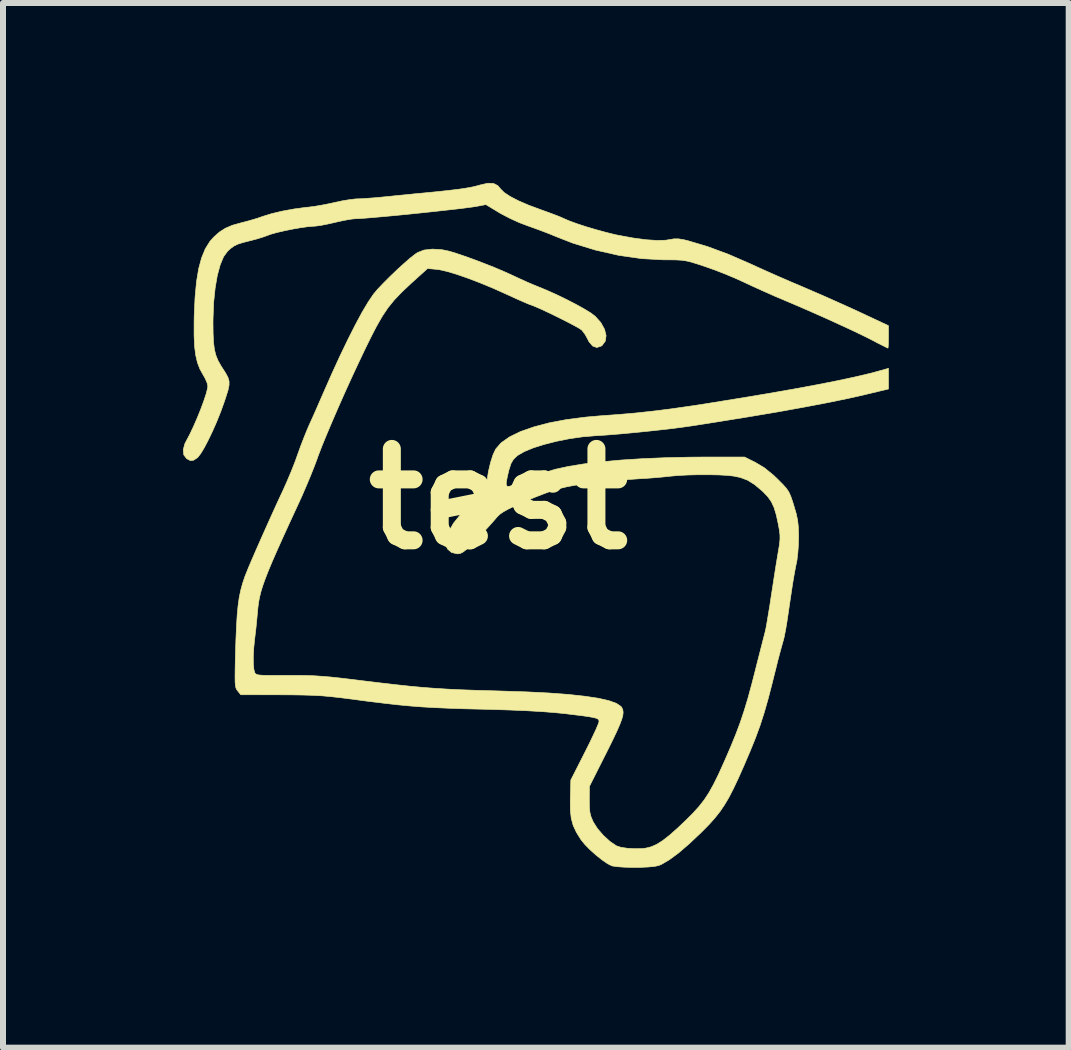
<source format=kicad_pcb>
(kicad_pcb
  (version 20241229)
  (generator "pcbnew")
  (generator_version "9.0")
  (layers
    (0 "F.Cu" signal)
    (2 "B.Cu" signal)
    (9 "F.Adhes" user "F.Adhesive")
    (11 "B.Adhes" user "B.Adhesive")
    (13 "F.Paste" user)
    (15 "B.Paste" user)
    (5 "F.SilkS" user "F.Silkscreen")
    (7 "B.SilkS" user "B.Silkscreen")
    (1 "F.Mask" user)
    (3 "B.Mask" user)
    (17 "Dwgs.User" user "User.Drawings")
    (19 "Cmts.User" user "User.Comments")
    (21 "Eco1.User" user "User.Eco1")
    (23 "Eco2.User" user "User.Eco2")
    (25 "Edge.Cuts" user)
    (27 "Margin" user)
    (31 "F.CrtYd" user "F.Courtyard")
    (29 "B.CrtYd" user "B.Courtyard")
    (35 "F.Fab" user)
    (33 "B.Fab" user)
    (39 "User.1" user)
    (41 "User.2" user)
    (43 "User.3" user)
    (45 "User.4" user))
  (footprint "test"
    (layer "F.Cu")
    (at 5.261 5.269)
    (property "Reference" "test" (at 0 0 0) (layer "F.SilkS") (effects (font (size 1.524 1.524) (thickness 0.3))))
    (attr through_hole)
    (fp_poly (pts (xy -0.083 -5.261) (xy -0.011 -5.224) (xy 0.036 -5.168) (xy 0.095 -5.109) (xy 0.197 -5.042) (xy 0.336 -4.97) (xy 0.506 -4.897) (xy 0.697 -4.826) (xy 0.822 -4.781) (xy 0.938 -4.738) (xy 1.032 -4.701) (xy 1.09 -4.675) (xy 1.18 -4.636) (xy 1.309 -4.589) (xy 1.461 -4.539) (xy 1.627 -4.49) (xy 1.792 -4.445) (xy 1.944 -4.407) (xy 1.999 -4.396) (xy 2.244 -4.351) (xy 2.461 -4.322) (xy 2.644 -4.31) (xy 2.788 -4.314) (xy 2.849 -4.324) (xy 2.927 -4.337) (xy 3.001 -4.337) (xy 3.09 -4.322) (xy 3.157 -4.306) (xy 3.486 -4.208) (xy 3.837 -4.078) (xy 4.191 -3.924) (xy 4.326 -3.862) (xy 4.493 -3.787) (xy 4.678 -3.705) (xy 4.867 -3.623) (xy 5.042 -3.549) (xy 5.234 -3.466) (xy 5.451 -3.372) (xy 5.672 -3.273) (xy 5.881 -3.179) (xy 6.026 -3.112) (xy 6.502 -2.889) (xy 6.502 -2.702) (xy 6.501 -2.612) (xy 6.498 -2.545) (xy 6.494 -2.515) (xy 6.493 -2.515) (xy 6.469 -2.526) (xy 6.409 -2.556) (xy 6.323 -2.599) (xy 6.246 -2.64) (xy 6.103 -2.712) (xy 5.923 -2.799) (xy 5.713 -2.896) (xy 5.484 -3.001) (xy 5.243 -3.108) (xy 5 -3.214) (xy 4.764 -3.314) (xy 4.763 -3.315) (xy 4.602 -3.383) (xy 4.43 -3.459) (xy 4.263 -3.535) (xy 4.12 -3.601) (xy 4.089 -3.616) (xy 3.946 -3.681) (xy 3.776 -3.752) (xy 3.601 -3.82) (xy 3.454 -3.872) (xy 3.318 -3.917) (xy 3.215 -3.949) (xy 3.13 -3.969) (xy 3.048 -3.981) (xy 2.953 -3.986) (xy 2.83 -3.987) (xy 2.754 -3.987) (xy 2.389 -4.007) (xy 2.005 -4.062) (xy 1.616 -4.15) (xy 1.235 -4.267) (xy 0.972 -4.37) (xy 0.835 -4.426) (xy 0.677 -4.486) (xy 0.528 -4.54) (xy 0.488 -4.554) (xy 0.348 -4.607) (xy 0.194 -4.677) (xy 0.052 -4.751) (xy 0.015 -4.772) (xy -0.21 -4.908) (xy -0.352 -4.881) (xy -0.433 -4.868) (xy -0.554 -4.852) (xy -0.709 -4.833) (xy -0.89 -4.813) (xy -1.088 -4.791) (xy -1.296 -4.769) (xy -1.507 -4.747) (xy -1.712 -4.727) (xy -1.904 -4.709) (xy -2.075 -4.694) (xy -2.217 -4.682) (xy -2.323 -4.675) (xy -2.375 -4.673) (xy -2.444 -4.667) (xy -2.545 -4.65) (xy -2.662 -4.626) (xy -2.73 -4.61) (xy -2.85 -4.583) (xy -2.962 -4.561) (xy -3.052 -4.549) (xy -3.086 -4.547) (xy -3.174 -4.54) (xy -3.296 -4.523) (xy -3.434 -4.499) (xy -3.576 -4.47) (xy -3.704 -4.44) (xy -3.806 -4.411) (xy -3.842 -4.397) (xy -3.922 -4.368) (xy -4.029 -4.335) (xy -4.139 -4.306) (xy -4.14 -4.306) (xy -4.261 -4.275) (xy -4.347 -4.248) (xy -4.41 -4.217) (xy -4.467 -4.176) (xy -4.516 -4.131) (xy -4.583 -4.04) (xy -4.64 -3.903) (xy -4.688 -3.727) (xy -4.724 -3.516) (xy -4.749 -3.275) (xy -4.759 -3.01) (xy -4.76 -2.946) (xy -4.758 -2.758) (xy -4.751 -2.609) (xy -4.736 -2.491) (xy -4.711 -2.393) (xy -4.675 -2.305) (xy -4.625 -2.217) (xy -4.607 -2.189) (xy -4.549 -2.099) (xy -4.511 -2.028) (xy -4.492 -1.964) (xy -4.492 -1.896) (xy -4.51 -1.811) (xy -4.546 -1.697) (xy -4.573 -1.616) (xy -4.631 -1.455) (xy -4.697 -1.29) (xy -4.768 -1.129) (xy -4.839 -0.981) (xy -4.906 -0.853) (xy -4.966 -0.754) (xy -5.013 -0.694) (xy -5.022 -0.686) (xy -5.086 -0.645) (xy -5.138 -0.64) (xy -5.198 -0.672) (xy -5.201 -0.675) (xy -5.247 -0.735) (xy -5.256 -0.821) (xy -5.229 -0.921) (xy -5.206 -0.966) (xy -5.149 -1.073) (xy -5.087 -1.204) (xy -5.024 -1.348) (xy -4.965 -1.494) (xy -4.914 -1.632) (xy -4.874 -1.752) (xy -4.851 -1.843) (xy -4.846 -1.88) (xy -4.858 -1.936) (xy -4.892 -2.013) (xy -4.923 -2.067) (xy -4.978 -2.166) (xy -5.019 -2.273) (xy -5.048 -2.397) (xy -5.067 -2.545) (xy -5.075 -2.724) (xy -5.075 -2.943) (xy -5.073 -3.056) (xy -5.059 -3.361) (xy -5.035 -3.62) (xy -4.999 -3.838) (xy -4.95 -4.02) (xy -4.888 -4.171) (xy -4.811 -4.294) (xy -4.748 -4.365) (xy -4.653 -4.45) (xy -4.554 -4.513) (xy -4.438 -4.563) (xy -4.288 -4.605) (xy -4.267 -4.61) (xy -4.147 -4.642) (xy -4.02 -4.68) (xy -3.924 -4.713) (xy -3.782 -4.757) (xy -3.604 -4.799) (xy -3.408 -4.835) (xy -3.209 -4.862) (xy -3.162 -4.866) (xy -3.056 -4.88) (xy -2.923 -4.903) (xy -2.786 -4.931) (xy -2.731 -4.943) (xy -2.607 -4.97) (xy -2.486 -4.99) (xy -2.387 -5.002) (xy -2.349 -5.004) (xy -2.276 -5.006) (xy -2.167 -5.014) (xy -2.034 -5.024) (xy -1.893 -5.038) (xy -1.867 -5.04) (xy -1.705 -5.057) (xy -1.53 -5.074) (xy -1.364 -5.091) (xy -1.232 -5.103) (xy -0.996 -5.126) (xy -0.805 -5.147) (xy -0.65 -5.166) (xy -0.526 -5.185) (xy -0.424 -5.204) (xy -0.34 -5.225) (xy -0.306 -5.235) (xy -0.179 -5.264) (xy -0.083 -5.261)) (stroke (width 0.01) (type solid)) (fill yes) (layer "F.SilkS"))
    (fp_poly (pts (xy -0.944 -4.156) (xy -0.843 -4.136) (xy -0.734 -4.105) (xy -0.591 -4.057) (xy -0.426 -3.998) (xy -0.249 -3.931) (xy -0.074 -3.862) (xy 0.087 -3.794) (xy 0.224 -3.732) (xy 0.229 -3.73) (xy 0.353 -3.672) (xy 0.479 -3.615) (xy 0.589 -3.568) (xy 0.648 -3.544) (xy 0.804 -3.48) (xy 0.969 -3.406) (xy 1.134 -3.326) (xy 1.289 -3.246) (xy 1.426 -3.17) (xy 1.535 -3.104) (xy 1.607 -3.05) (xy 1.61 -3.048) (xy 1.707 -2.94) (xy 1.768 -2.829) (xy 1.794 -2.724) (xy 1.781 -2.632) (xy 1.729 -2.561) (xy 1.713 -2.549) (xy 1.639 -2.525) (xy 1.57 -2.55) (xy 1.508 -2.623) (xy 1.485 -2.669) (xy 1.443 -2.745) (xy 1.395 -2.808) (xy 1.387 -2.817) (xy 1.347 -2.844) (xy 1.271 -2.887) (xy 1.168 -2.941) (xy 1.048 -3.002) (xy 0.921 -3.065) (xy 0.796 -3.125) (xy 0.683 -3.177) (xy 0.592 -3.216) (xy 0.533 -3.238) (xy 0.488 -3.255) (xy 0.407 -3.29) (xy 0.3 -3.337) (xy 0.178 -3.393) (xy 0.127 -3.416) (xy -0.089 -3.513) (xy -0.304 -3.602) (xy -0.508 -3.68) (xy -0.695 -3.745) (xy -0.856 -3.793) (xy -0.983 -3.822) (xy -1.03 -3.828) (xy -1.183 -3.842) (xy -1.449 -3.602) (xy -1.609 -3.452) (xy -1.737 -3.318) (xy -1.843 -3.187) (xy -1.937 -3.047) (xy -2.029 -2.886) (xy -2.038 -2.87) (xy -2.124 -2.703) (xy -2.222 -2.504) (xy -2.329 -2.279) (xy -2.441 -2.039) (xy -2.554 -1.791) (xy -2.664 -1.543) (xy -2.768 -1.303) (xy -2.862 -1.081) (xy -2.943 -0.884) (xy -3.006 -0.72) (xy -3.027 -0.66) (xy -3.072 -0.54) (xy -3.133 -0.387) (xy -3.204 -0.218) (xy -3.279 -0.044) (xy -3.34 0.089) (xy -3.477 0.385) (xy -3.593 0.639) (xy -3.691 0.857) (xy -3.772 1.042) (xy -3.838 1.2) (xy -3.89 1.334) (xy -3.931 1.449) (xy -3.962 1.55) (xy -3.984 1.641) (xy -4 1.727) (xy -4.011 1.812) (xy -4.016 1.867) (xy -4.029 2.006) (xy -4.043 2.15) (xy -4.058 2.276) (xy -4.065 2.332) (xy -4.08 2.481) (xy -4.088 2.623) (xy -4.087 2.748) (xy -4.078 2.844) (xy -4.063 2.897) (xy -4.052 2.913) (xy -4.032 2.925) (xy -3.998 2.934) (xy -3.942 2.939) (xy -3.857 2.942) (xy -3.738 2.942) (xy -3.576 2.942) (xy -3.524 2.941) (xy -3.361 2.941) (xy -3.218 2.943) (xy -3.085 2.947) (xy -2.95 2.956) (xy -2.804 2.968) (xy -2.635 2.986) (xy -2.434 3.01) (xy -2.273 3.03) (xy -1.975 3.066) (xy -1.716 3.096) (xy -1.485 3.121) (xy -1.271 3.141) (xy -1.065 3.157) (xy -0.854 3.17) (xy -0.629 3.181) (xy -0.378 3.19) (xy -0.092 3.198) (xy 0.038 3.202) (xy 0.465 3.216) (xy 0.841 3.235) (xy 1.166 3.259) (xy 1.441 3.289) (xy 1.667 3.323) (xy 1.842 3.363) (xy 1.967 3.408) (xy 2.042 3.459) (xy 2.058 3.481) (xy 2.073 3.517) (xy 2.078 3.558) (xy 2.073 3.609) (xy 2.055 3.675) (xy 2.022 3.762) (xy 1.973 3.874) (xy 1.905 4.017) (xy 1.817 4.195) (xy 1.722 4.383) (xy 1.516 4.792) (xy 1.514 5.019) (xy 1.516 5.138) (xy 1.524 5.224) (xy 1.542 5.296) (xy 1.573 5.37) (xy 1.583 5.39) (xy 1.652 5.498) (xy 1.75 5.611) (xy 1.861 5.712) (xy 1.968 5.784) (xy 2.042 5.808) (xy 2.149 5.824) (xy 2.27 5.831) (xy 2.389 5.829) (xy 2.458 5.821) (xy 2.546 5.799) (xy 2.637 5.759) (xy 2.736 5.697) (xy 2.85 5.608) (xy 2.985 5.489) (xy 3.127 5.354) (xy 3.246 5.235) (xy 3.345 5.125) (xy 3.431 5.015) (xy 3.509 4.896) (xy 3.586 4.758) (xy 3.668 4.592) (xy 3.76 4.388) (xy 3.771 4.364) (xy 3.873 4.128) (xy 3.958 3.92) (xy 4.031 3.725) (xy 4.096 3.53) (xy 4.159 3.322) (xy 4.223 3.086) (xy 4.269 2.908) (xy 4.312 2.737) (xy 4.353 2.577) (xy 4.389 2.436) (xy 4.418 2.323) (xy 4.438 2.246) (xy 4.444 2.223) (xy 4.457 2.166) (xy 4.475 2.068) (xy 4.496 1.941) (xy 4.521 1.792) (xy 4.545 1.632) (xy 4.546 1.626) (xy 4.573 1.452) (xy 4.6 1.276) (xy 4.626 1.112) (xy 4.649 0.973) (xy 4.664 0.883) (xy 4.684 0.764) (xy 4.693 0.677) (xy 4.693 0.601) (xy 4.683 0.519) (xy 4.665 0.419) (xy 4.63 0.26) (xy 4.593 0.139) (xy 4.548 0.044) (xy 4.489 -0.039) (xy 4.41 -0.121) (xy 4.395 -0.135) (xy 4.27 -0.24) (xy 4.155 -0.312) (xy 4.033 -0.358) (xy 3.918 -0.382) (xy 3.814 -0.393) (xy 3.674 -0.401) (xy 3.51 -0.404) (xy 3.335 -0.404) (xy 3.163 -0.4) (xy 3.007 -0.392) (xy 2.88 -0.381) (xy 2.87 -0.38) (xy 2.778 -0.37) (xy 2.649 -0.358) (xy 2.497 -0.346) (xy 2.336 -0.336) (xy 2.248 -0.33) (xy 1.921 -0.308) (xy 1.623 -0.279) (xy 1.36 -0.244) (xy 1.137 -0.203) (xy 0.978 -0.164) (xy 0.88 -0.132) (xy 0.75 -0.084) (xy 0.604 -0.027) (xy 0.456 0.035) (xy 0.409 0.055) (xy 0.265 0.12) (xy 0.159 0.171) (xy 0.082 0.214) (xy 0.025 0.253) (xy -0.019 0.295) (xy -0.048 0.329) (xy -0.102 0.391) (xy -0.181 0.479) (xy -0.275 0.579) (xy -0.37 0.678) (xy -0.467 0.776) (xy -0.537 0.843) (xy -0.589 0.884) (xy -0.631 0.906) (xy -0.67 0.914) (xy -0.692 0.914) (xy -0.783 0.892) (xy -0.85 0.834) (xy -0.882 0.751) (xy -0.881 0.697) (xy -0.836 0.553) (xy -0.75 0.404) (xy -0.632 0.258) (xy -0.488 0.127) (xy -0.387 0.056) (xy -0.301 -0.013) (xy -0.243 -0.098) (xy -0.207 -0.211) (xy -0.192 -0.305) (xy -0.167 -0.46) (xy -0.132 -0.609) (xy -0.091 -0.737) (xy -0.048 -0.829) (xy -0.048 -0.83) (xy 0.044 -0.936) (xy 0.183 -1.034) (xy 0.365 -1.123) (xy 0.587 -1.201) (xy 0.845 -1.269) (xy 1.136 -1.324) (xy 1.456 -1.365) (xy 1.683 -1.385) (xy 2.009 -1.409) (xy 2.306 -1.435) (xy 2.59 -1.466) (xy 2.877 -1.502) (xy 3.185 -1.546) (xy 3.467 -1.589) (xy 4.004 -1.676) (xy 4.491 -1.757) (xy 4.929 -1.834) (xy 5.318 -1.906) (xy 5.658 -1.973) (xy 5.951 -2.036) (xy 6.197 -2.094) (xy 6.331 -2.13) (xy 6.502 -2.178) (xy 6.502 -1.834) (xy 6.128 -1.744) (xy 5.833 -1.677) (xy 5.488 -1.606) (xy 5.094 -1.531) (xy 4.651 -1.451) (xy 4.159 -1.368) (xy 3.619 -1.281) (xy 3.239 -1.221) (xy 3.042 -1.193) (xy 2.81 -1.164) (xy 2.555 -1.136) (xy 2.293 -1.109) (xy 2.037 -1.085) (xy 1.803 -1.066) (xy 1.613 -1.054) (xy 1.399 -1.036) (xy 1.18 -1.004) (xy 0.964 -0.961) (xy 0.761 -0.909) (xy 0.58 -0.852) (xy 0.43 -0.79) (xy 0.321 -0.727) (xy 0.308 -0.717) (xy 0.25 -0.661) (xy 0.21 -0.594) (xy 0.178 -0.497) (xy 0.173 -0.48) (xy 0.151 -0.386) (xy 0.134 -0.304) (xy 0.129 -0.257) (xy 0.132 -0.227) (xy 0.147 -0.211) (xy 0.181 -0.211) (xy 0.241 -0.229) (xy 0.332 -0.265) (xy 0.463 -0.322) (xy 0.481 -0.33) (xy 0.616 -0.385) (xy 0.768 -0.439) (xy 0.91 -0.484) (xy 0.951 -0.496) (xy 1.163 -0.542) (xy 1.419 -0.584) (xy 1.715 -0.619) (xy 2.045 -0.649) (xy 2.404 -0.672) (xy 2.785 -0.688) (xy 3.184 -0.697) (xy 3.43 -0.699) (xy 4.103 -0.699) (xy 4.28 -0.611) (xy 4.43 -0.522) (xy 4.584 -0.397) (xy 4.652 -0.332) (xy 4.739 -0.245) (xy 4.799 -0.178) (xy 4.841 -0.116) (xy 4.873 -0.045) (xy 4.906 0.051) (xy 4.925 0.113) (xy 4.964 0.245) (xy 4.987 0.354) (xy 4.999 0.462) (xy 5.004 0.592) (xy 5.004 0.639) (xy 5 0.773) (xy 4.99 0.908) (xy 4.976 1.024) (xy 4.966 1.072) (xy 4.947 1.168) (xy 4.924 1.294) (xy 4.901 1.431) (xy 4.889 1.512) (xy 4.856 1.733) (xy 4.83 1.911) (xy 4.809 2.051) (xy 4.791 2.159) (xy 4.775 2.243) (xy 4.762 2.308) (xy 4.748 2.361) (xy 4.737 2.4) (xy 4.719 2.464) (xy 4.691 2.567) (xy 4.656 2.7) (xy 4.618 2.853) (xy 4.577 3.016) (xy 4.571 3.042) (xy 4.499 3.321) (xy 4.43 3.563) (xy 4.359 3.783) (xy 4.281 3.995) (xy 4.196 4.204) (xy 4.09 4.452) (xy 3.998 4.659) (xy 3.916 4.832) (xy 3.841 4.978) (xy 3.767 5.102) (xy 3.692 5.213) (xy 3.611 5.315) (xy 3.521 5.417) (xy 3.416 5.524) (xy 3.381 5.559) (xy 3.18 5.749) (xy 3.002 5.902) (xy 2.847 6.016) (xy 2.718 6.092) (xy 2.671 6.111) (xy 2.602 6.126) (xy 2.495 6.136) (xy 2.366 6.142) (xy 2.228 6.143) (xy 2.095 6.139) (xy 1.981 6.131) (xy 1.899 6.119) (xy 1.886 6.115) (xy 1.817 6.08) (xy 1.726 6.017) (xy 1.624 5.936) (xy 1.524 5.846) (xy 1.438 5.758) (xy 1.377 5.683) (xy 1.298 5.556) (xy 1.245 5.442) (xy 1.213 5.324) (xy 1.198 5.189) (xy 1.197 5.02) (xy 1.198 4.993) (xy 1.206 4.686) (xy 1.441 4.223) (xy 1.513 4.08) (xy 1.575 3.95) (xy 1.626 3.841) (xy 1.66 3.76) (xy 1.676 3.715) (xy 1.676 3.711) (xy 1.674 3.69) (xy 1.662 3.672) (xy 1.634 3.657) (xy 1.585 3.644) (xy 1.508 3.63) (xy 1.398 3.614) (xy 1.247 3.596) (xy 1.11 3.579) (xy 0.929 3.561) (xy 0.72 3.545) (xy 0.479 3.531) (xy 0.199 3.519) (xy -0.124 3.509) (xy -0.279 3.505) (xy -0.576 3.498) (xy -0.832 3.489) (xy -1.061 3.479) (xy -1.272 3.467) (xy -1.477 3.451) (xy -1.688 3.431) (xy -1.914 3.405) (xy -2.169 3.374) (xy -2.462 3.335) (xy -2.464 3.335) (xy -2.643 3.312) (xy -2.799 3.295) (xy -2.944 3.282) (xy -3.09 3.274) (xy -3.251 3.269) (xy -3.439 3.266) (xy -3.641 3.265) (xy -4.297 3.264) (xy -4.348 3.201) (xy -4.365 3.177) (xy -4.378 3.149) (xy -4.386 3.11) (xy -4.391 3.053) (xy -4.392 2.97) (xy -4.391 2.853) (xy -4.388 2.696) (xy -4.386 2.617) (xy -4.378 2.35) (xy -4.368 2.126) (xy -4.357 1.939) (xy -4.342 1.781) (xy -4.323 1.645) (xy -4.298 1.524) (xy -4.267 1.41) (xy -4.229 1.296) (xy -4.181 1.176) (xy -4.173 1.156) (xy -4.12 1.031) (xy -4.051 0.872) (xy -3.971 0.69) (xy -3.884 0.495) (xy -3.796 0.299) (xy -3.712 0.114) (xy -3.637 -0.049) (xy -3.594 -0.14) (xy -3.527 -0.29) (xy -3.455 -0.46) (xy -3.39 -0.625) (xy -3.35 -0.737) (xy -3.299 -0.879) (xy -3.241 -1.029) (xy -3.185 -1.167) (xy -3.151 -1.245) (xy -3.1 -1.357) (xy -3.038 -1.497) (xy -2.973 -1.646) (xy -2.921 -1.765) (xy -2.778 -2.089) (xy -2.64 -2.39) (xy -2.508 -2.664) (xy -2.385 -2.907) (xy -2.273 -3.115) (xy -2.173 -3.283) (xy -2.088 -3.409) (xy -2.078 -3.422) (xy -2.013 -3.499) (xy -1.92 -3.597) (xy -1.811 -3.706) (xy -1.694 -3.818) (xy -1.579 -3.923) (xy -1.474 -4.015) (xy -1.388 -4.082) (xy -1.35 -4.108) (xy -1.242 -4.15) (xy -1.102 -4.166) (xy -0.944 -4.156)) (stroke (width 0.01) (type solid)) (fill yes) (layer "F.SilkS")))
  (gr_rect
    (start -3 -3)
    (end 14.768 14.417)
    (stroke (width 0.1) (type default))
    (fill no)
    (layer "Edge.Cuts")))
</source>
